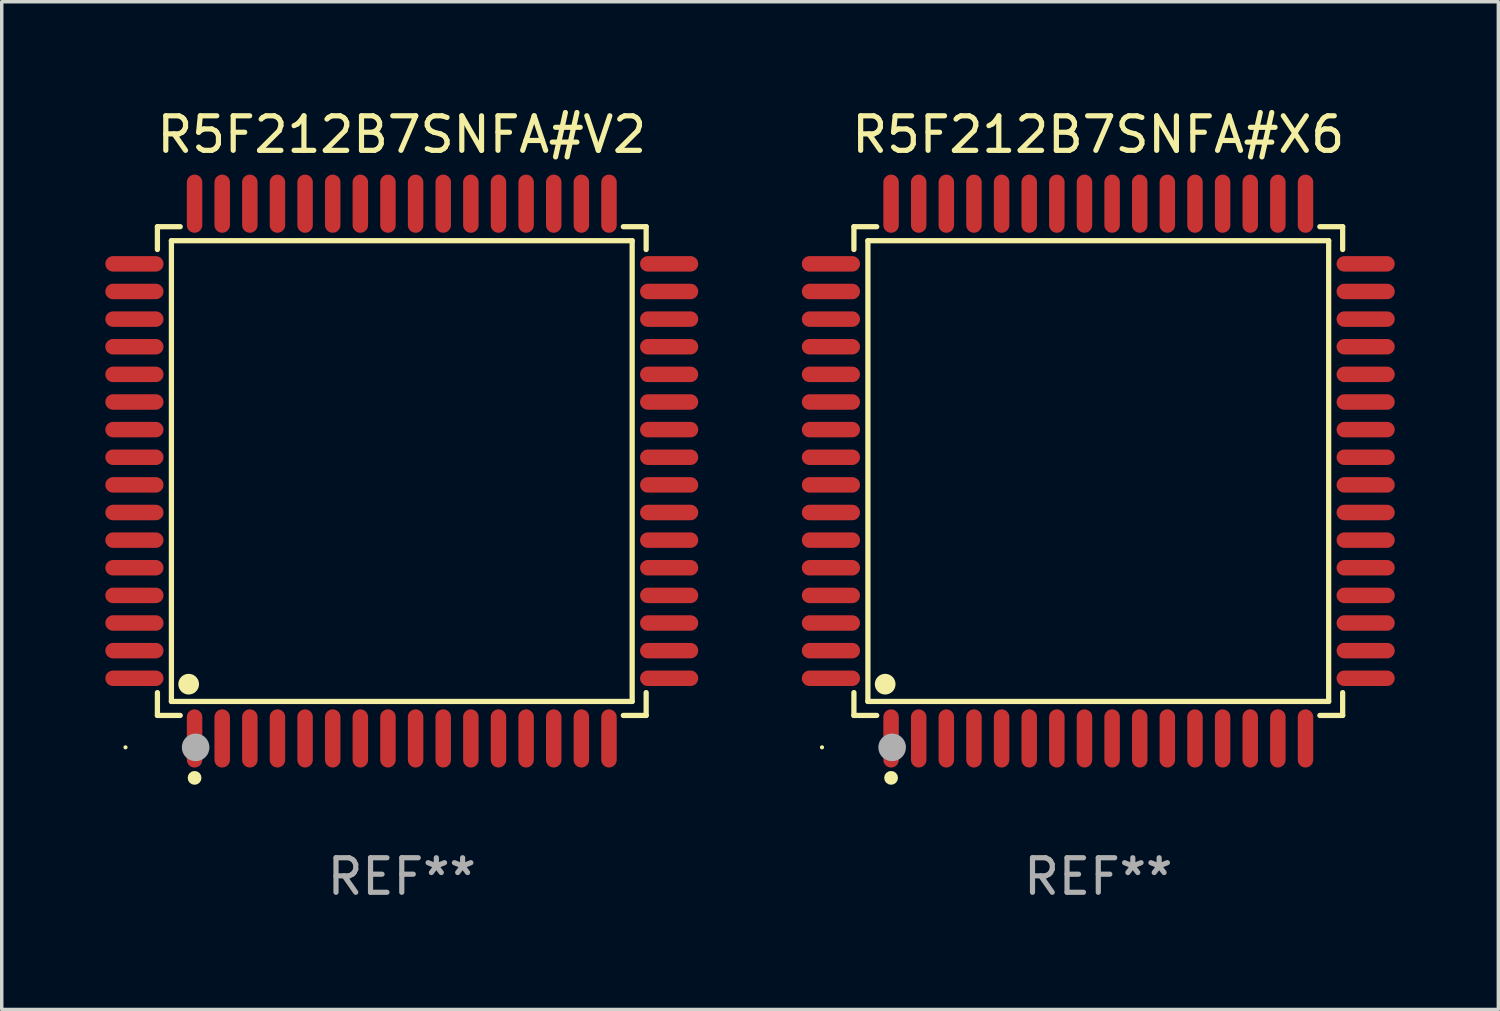
<source format=kicad_pcb>
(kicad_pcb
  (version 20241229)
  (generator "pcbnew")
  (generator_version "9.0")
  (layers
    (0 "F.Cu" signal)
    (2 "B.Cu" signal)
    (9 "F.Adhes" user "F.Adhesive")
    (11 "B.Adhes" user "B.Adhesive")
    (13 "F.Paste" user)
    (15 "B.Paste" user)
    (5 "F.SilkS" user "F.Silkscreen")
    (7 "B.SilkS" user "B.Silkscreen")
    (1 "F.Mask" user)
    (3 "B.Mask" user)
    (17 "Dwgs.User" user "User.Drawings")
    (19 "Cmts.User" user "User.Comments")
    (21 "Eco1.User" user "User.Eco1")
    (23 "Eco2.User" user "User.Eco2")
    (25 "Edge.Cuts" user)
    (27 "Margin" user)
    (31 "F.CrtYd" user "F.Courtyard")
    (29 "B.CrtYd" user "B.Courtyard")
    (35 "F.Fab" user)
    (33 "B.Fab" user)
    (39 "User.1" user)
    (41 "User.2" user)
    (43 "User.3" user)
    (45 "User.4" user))
  (footprint "R5F212B7SNFA#X6"
    (layer "F.Cu")
    (at 28.752 10.59)
    (property "Reference" "R5F212B7SNFA#X6" (at 0 -9.742 0) (layer "F.SilkS") (effects (font (size 1 1) (thickness 0.15))))
    (attr through_hole)
    (fp_line (start -7.076 -7.076) (end -6.415 -7.076) (stroke (width 0.152) (type solid)) (layer "F.SilkS"))
    (fp_line (start -7.076 -6.415) (end -7.076 -7.076) (stroke (width 0.152) (type solid)) (layer "F.SilkS"))
    (fp_line (start -7.076 6.415) (end -7.076 7.076) (stroke (width 0.152) (type solid)) (layer "F.SilkS"))
    (fp_line (start -7.076 7.076) (end -6.415 7.076) (stroke (width 0.152) (type solid)) (layer "F.SilkS"))
    (fp_line (start -6.671 -6.671) (end 6.671 -6.671) (stroke (width 0.152) (type solid)) (layer "F.SilkS"))
    (fp_line (start -6.671 6.671) (end -6.671 -6.671) (stroke (width 0.152) (type solid)) (layer "F.SilkS"))
    (fp_line (start 6.671 -6.671) (end 6.671 6.671) (stroke (width 0.152) (type solid)) (layer "F.SilkS"))
    (fp_line (start 6.671 6.671) (end -6.671 6.671) (stroke (width 0.152) (type solid)) (layer "F.SilkS"))
    (fp_line (start 7.076 -7.076) (end 6.415 -7.076) (stroke (width 0.152) (type solid)) (layer "F.SilkS"))
    (fp_line (start 7.076 -6.415) (end 7.076 -7.076) (stroke (width 0.152) (type solid)) (layer "F.SilkS"))
    (fp_line (start 7.076 6.415) (end 7.076 7.076) (stroke (width 0.152) (type solid)) (layer "F.SilkS"))
    (fp_line (start 7.076 7.076) (end 6.415 7.076) (stroke (width 0.152) (type solid)) (layer "F.SilkS"))
    (fp_circle (center -8 8) (end -7.97 8) (stroke (width 0.06) (type solid)) (fill no) (layer "F.SilkS"))
    (fp_circle (center -6.171 6.171) (end -6.021 6.171) (stroke (width 0.3) (type solid)) (fill no) (layer "F.SilkS"))
    (fp_circle (center -6 8.884) (end -5.9 8.884) (stroke (width 0.2) (type solid)) (fill no) (layer "F.SilkS"))
    (fp_circle (center -5.969 8.001) (end -5.769 8.001) (stroke (width 0.4) (type solid)) (fill no) (layer "F.Fab"))
    (fp_text user "REF**" (at 0 11.742 0) (layer "F.Fab") (effects (font (size 1 1) (thickness 0.15))))
    (pad "1" smd oval (at -6 7.742) (size 0.448 1.684) (layers "F.Cu" "F.Mask" "F.Paste"))
    (pad "2" smd oval (at -5.2 7.742) (size 0.448 1.684) (layers "F.Cu" "F.Mask" "F.Paste"))
    (pad "3" smd oval (at -4.4 7.742) (size 0.448 1.684) (layers "F.Cu" "F.Mask" "F.Paste"))
    (pad "4" smd oval (at -3.6 7.742) (size 0.448 1.684) (layers "F.Cu" "F.Mask" "F.Paste"))
    (pad "5" smd oval (at -2.8 7.742) (size 0.448 1.684) (layers "F.Cu" "F.Mask" "F.Paste"))
    (pad "6" smd oval (at -2 7.742) (size 0.448 1.684) (layers "F.Cu" "F.Mask" "F.Paste"))
    (pad "7" smd oval (at -1.2 7.742) (size 0.448 1.684) (layers "F.Cu" "F.Mask" "F.Paste"))
    (pad "8" smd oval (at -0.4 7.742) (size 0.448 1.684) (layers "F.Cu" "F.Mask" "F.Paste"))
    (pad "9" smd oval (at 0.4 7.742) (size 0.448 1.684) (layers "F.Cu" "F.Mask" "F.Paste"))
    (pad "10" smd oval (at 1.2 7.742) (size 0.448 1.684) (layers "F.Cu" "F.Mask" "F.Paste"))
    (pad "11" smd oval (at 2 7.742) (size 0.448 1.684) (layers "F.Cu" "F.Mask" "F.Paste"))
    (pad "12" smd oval (at 2.8 7.742) (size 0.448 1.684) (layers "F.Cu" "F.Mask" "F.Paste"))
    (pad "13" smd oval (at 3.6 7.742) (size 0.448 1.684) (layers "F.Cu" "F.Mask" "F.Paste"))
    (pad "14" smd oval (at 4.4 7.742) (size 0.448 1.684) (layers "F.Cu" "F.Mask" "F.Paste"))
    (pad "15" smd oval (at 5.2 7.742) (size 0.448 1.684) (layers "F.Cu" "F.Mask" "F.Paste"))
    (pad "16" smd oval (at 6 7.742) (size 0.448 1.684) (layers "F.Cu" "F.Mask" "F.Paste"))
    (pad "17" smd oval (at 7.742 6) (size 1.684 0.448) (layers "F.Cu" "F.Mask" "F.Paste"))
    (pad "18" smd oval (at 7.742 5.2) (size 1.684 0.448) (layers "F.Cu" "F.Mask" "F.Paste"))
    (pad "19" smd oval (at 7.742 4.4) (size 1.684 0.448) (layers "F.Cu" "F.Mask" "F.Paste"))
    (pad "20" smd oval (at 7.742 3.6) (size 1.684 0.448) (layers "F.Cu" "F.Mask" "F.Paste"))
    (pad "21" smd oval (at 7.742 2.8) (size 1.684 0.448) (layers "F.Cu" "F.Mask" "F.Paste"))
    (pad "22" smd oval (at 7.742 2) (size 1.684 0.448) (layers "F.Cu" "F.Mask" "F.Paste"))
    (pad "23" smd oval (at 7.742 1.2) (size 1.684 0.448) (layers "F.Cu" "F.Mask" "F.Paste"))
    (pad "24" smd oval (at 7.742 0.4) (size 1.684 0.448) (layers "F.Cu" "F.Mask" "F.Paste"))
    (pad "25" smd oval (at 7.742 -0.4) (size 1.684 0.448) (layers "F.Cu" "F.Mask" "F.Paste"))
    (pad "26" smd oval (at 7.742 -1.2) (size 1.684 0.448) (layers "F.Cu" "F.Mask" "F.Paste"))
    (pad "27" smd oval (at 7.742 -2) (size 1.684 0.448) (layers "F.Cu" "F.Mask" "F.Paste"))
    (pad "28" smd oval (at 7.742 -2.8) (size 1.684 0.448) (layers "F.Cu" "F.Mask" "F.Paste"))
    (pad "29" smd oval (at 7.742 -3.6) (size 1.684 0.448) (layers "F.Cu" "F.Mask" "F.Paste"))
    (pad "30" smd oval (at 7.742 -4.4) (size 1.684 0.448) (layers "F.Cu" "F.Mask" "F.Paste"))
    (pad "31" smd oval (at 7.742 -5.2) (size 1.684 0.448) (layers "F.Cu" "F.Mask" "F.Paste"))
    (pad "32" smd oval (at 7.742 -6) (size 1.684 0.448) (layers "F.Cu" "F.Mask" "F.Paste"))
    (pad "33" smd oval (at 6 -7.742) (size 0.448 1.684) (layers "F.Cu" "F.Mask" "F.Paste"))
    (pad "34" smd oval (at 5.2 -7.742) (size 0.448 1.684) (layers "F.Cu" "F.Mask" "F.Paste"))
    (pad "35" smd oval (at 4.4 -7.742) (size 0.448 1.684) (layers "F.Cu" "F.Mask" "F.Paste"))
    (pad "36" smd oval (at 3.6 -7.742) (size 0.448 1.684) (layers "F.Cu" "F.Mask" "F.Paste"))
    (pad "37" smd oval (at 2.8 -7.742) (size 0.448 1.684) (layers "F.Cu" "F.Mask" "F.Paste"))
    (pad "38" smd oval (at 2 -7.742) (size 0.448 1.684) (layers "F.Cu" "F.Mask" "F.Paste"))
    (pad "39" smd oval (at 1.2 -7.742) (size 0.448 1.684) (layers "F.Cu" "F.Mask" "F.Paste"))
    (pad "40" smd oval (at 0.4 -7.742) (size 0.448 1.684) (layers "F.Cu" "F.Mask" "F.Paste"))
    (pad "41" smd oval (at -0.4 -7.742) (size 0.448 1.684) (layers "F.Cu" "F.Mask" "F.Paste"))
    (pad "42" smd oval (at -1.2 -7.742) (size 0.448 1.684) (layers "F.Cu" "F.Mask" "F.Paste"))
    (pad "43" smd oval (at -2 -7.742) (size 0.448 1.684) (layers "F.Cu" "F.Mask" "F.Paste"))
    (pad "44" smd oval (at -2.8 -7.742) (size 0.448 1.684) (layers "F.Cu" "F.Mask" "F.Paste"))
    (pad "45" smd oval (at -3.6 -7.742) (size 0.448 1.684) (layers "F.Cu" "F.Mask" "F.Paste"))
    (pad "46" smd oval (at -4.4 -7.742) (size 0.448 1.684) (layers "F.Cu" "F.Mask" "F.Paste"))
    (pad "47" smd oval (at -5.2 -7.742) (size 0.448 1.684) (layers "F.Cu" "F.Mask" "F.Paste"))
    (pad "48" smd oval (at -6 -7.742) (size 0.448 1.684) (layers "F.Cu" "F.Mask" "F.Paste"))
    (pad "49" smd oval (at -7.742 -6) (size 1.684 0.448) (layers "F.Cu" "F.Mask" "F.Paste"))
    (pad "50" smd oval (at -7.742 -5.2) (size 1.684 0.448) (layers "F.Cu" "F.Mask" "F.Paste"))
    (pad "51" smd oval (at -7.742 -4.4) (size 1.684 0.448) (layers "F.Cu" "F.Mask" "F.Paste"))
    (pad "52" smd oval (at -7.742 -3.6) (size 1.684 0.448) (layers "F.Cu" "F.Mask" "F.Paste"))
    (pad "53" smd oval (at -7.742 -2.8) (size 1.684 0.448) (layers "F.Cu" "F.Mask" "F.Paste"))
    (pad "54" smd oval (at -7.742 -2) (size 1.684 0.448) (layers "F.Cu" "F.Mask" "F.Paste"))
    (pad "55" smd oval (at -7.742 -1.2) (size 1.684 0.448) (layers "F.Cu" "F.Mask" "F.Paste"))
    (pad "56" smd oval (at -7.742 -0.4) (size 1.684 0.448) (layers "F.Cu" "F.Mask" "F.Paste"))
    (pad "57" smd oval (at -7.742 0.4) (size 1.684 0.448) (layers "F.Cu" "F.Mask" "F.Paste"))
    (pad "58" smd oval (at -7.742 1.2) (size 1.684 0.448) (layers "F.Cu" "F.Mask" "F.Paste"))
    (pad "59" smd oval (at -7.742 2) (size 1.684 0.448) (layers "F.Cu" "F.Mask" "F.Paste"))
    (pad "60" smd oval (at -7.742 2.8) (size 1.684 0.448) (layers "F.Cu" "F.Mask" "F.Paste"))
    (pad "61" smd oval (at -7.742 3.6) (size 1.684 0.448) (layers "F.Cu" "F.Mask" "F.Paste"))
    (pad "62" smd oval (at -7.742 4.4) (size 1.684 0.448) (layers "F.Cu" "F.Mask" "F.Paste"))
    (pad "63" smd oval (at -7.742 5.2) (size 1.684 0.448) (layers "F.Cu" "F.Mask" "F.Paste"))
    (pad "64" smd oval (at -7.742 6) (size 1.684 0.448) (layers "F.Cu" "F.Mask" "F.Paste")))
  (footprint "R5F212B7SNFA#V2"
    (layer "F.Cu")
    (at 8.584 10.59)
    (property "Reference" "R5F212B7SNFA#V2" (at 0 -9.742 0) (layer "F.SilkS") (effects (font (size 1 1) (thickness 0.15))))
    (attr through_hole)
    (fp_line (start -7.076 -7.076) (end -6.415 -7.076) (stroke (width 0.152) (type solid)) (layer "F.SilkS"))
    (fp_line (start -7.076 -6.415) (end -7.076 -7.076) (stroke (width 0.152) (type solid)) (layer "F.SilkS"))
    (fp_line (start -7.076 6.415) (end -7.076 7.076) (stroke (width 0.152) (type solid)) (layer "F.SilkS"))
    (fp_line (start -7.076 7.076) (end -6.415 7.076) (stroke (width 0.152) (type solid)) (layer "F.SilkS"))
    (fp_line (start -6.671 -6.671) (end 6.671 -6.671) (stroke (width 0.152) (type solid)) (layer "F.SilkS"))
    (fp_line (start -6.671 6.671) (end -6.671 -6.671) (stroke (width 0.152) (type solid)) (layer "F.SilkS"))
    (fp_line (start 6.671 -6.671) (end 6.671 6.671) (stroke (width 0.152) (type solid)) (layer "F.SilkS"))
    (fp_line (start 6.671 6.671) (end -6.671 6.671) (stroke (width 0.152) (type solid)) (layer "F.SilkS"))
    (fp_line (start 7.076 -7.076) (end 6.415 -7.076) (stroke (width 0.152) (type solid)) (layer "F.SilkS"))
    (fp_line (start 7.076 -6.415) (end 7.076 -7.076) (stroke (width 0.152) (type solid)) (layer "F.SilkS"))
    (fp_line (start 7.076 6.415) (end 7.076 7.076) (stroke (width 0.152) (type solid)) (layer "F.SilkS"))
    (fp_line (start 7.076 7.076) (end 6.415 7.076) (stroke (width 0.152) (type solid)) (layer "F.SilkS"))
    (fp_circle (center -8 8) (end -7.97 8) (stroke (width 0.06) (type solid)) (fill no) (layer "F.SilkS"))
    (fp_circle (center -6.171 6.171) (end -6.021 6.171) (stroke (width 0.3) (type solid)) (fill no) (layer "F.SilkS"))
    (fp_circle (center -6 8.884) (end -5.9 8.884) (stroke (width 0.2) (type solid)) (fill no) (layer "F.SilkS"))
    (fp_circle (center -5.969 8.001) (end -5.769 8.001) (stroke (width 0.4) (type solid)) (fill no) (layer "F.Fab"))
    (fp_text user "REF**" (at 0 11.742 0) (layer "F.Fab") (effects (font (size 1 1) (thickness 0.15))))
    (pad "1" smd oval (at -6 7.742) (size 0.448 1.684) (layers "F.Cu" "F.Mask" "F.Paste"))
    (pad "2" smd oval (at -5.2 7.742) (size 0.448 1.684) (layers "F.Cu" "F.Mask" "F.Paste"))
    (pad "3" smd oval (at -4.4 7.742) (size 0.448 1.684) (layers "F.Cu" "F.Mask" "F.Paste"))
    (pad "4" smd oval (at -3.6 7.742) (size 0.448 1.684) (layers "F.Cu" "F.Mask" "F.Paste"))
    (pad "5" smd oval (at -2.8 7.742) (size 0.448 1.684) (layers "F.Cu" "F.Mask" "F.Paste"))
    (pad "6" smd oval (at -2 7.742) (size 0.448 1.684) (layers "F.Cu" "F.Mask" "F.Paste"))
    (pad "7" smd oval (at -1.2 7.742) (size 0.448 1.684) (layers "F.Cu" "F.Mask" "F.Paste"))
    (pad "8" smd oval (at -0.4 7.742) (size 0.448 1.684) (layers "F.Cu" "F.Mask" "F.Paste"))
    (pad "9" smd oval (at 0.4 7.742) (size 0.448 1.684) (layers "F.Cu" "F.Mask" "F.Paste"))
    (pad "10" smd oval (at 1.2 7.742) (size 0.448 1.684) (layers "F.Cu" "F.Mask" "F.Paste"))
    (pad "11" smd oval (at 2 7.742) (size 0.448 1.684) (layers "F.Cu" "F.Mask" "F.Paste"))
    (pad "12" smd oval (at 2.8 7.742) (size 0.448 1.684) (layers "F.Cu" "F.Mask" "F.Paste"))
    (pad "13" smd oval (at 3.6 7.742) (size 0.448 1.684) (layers "F.Cu" "F.Mask" "F.Paste"))
    (pad "14" smd oval (at 4.4 7.742) (size 0.448 1.684) (layers "F.Cu" "F.Mask" "F.Paste"))
    (pad "15" smd oval (at 5.2 7.742) (size 0.448 1.684) (layers "F.Cu" "F.Mask" "F.Paste"))
    (pad "16" smd oval (at 6 7.742) (size 0.448 1.684) (layers "F.Cu" "F.Mask" "F.Paste"))
    (pad "17" smd oval (at 7.742 6) (size 1.684 0.448) (layers "F.Cu" "F.Mask" "F.Paste"))
    (pad "18" smd oval (at 7.742 5.2) (size 1.684 0.448) (layers "F.Cu" "F.Mask" "F.Paste"))
    (pad "19" smd oval (at 7.742 4.4) (size 1.684 0.448) (layers "F.Cu" "F.Mask" "F.Paste"))
    (pad "20" smd oval (at 7.742 3.6) (size 1.684 0.448) (layers "F.Cu" "F.Mask" "F.Paste"))
    (pad "21" smd oval (at 7.742 2.8) (size 1.684 0.448) (layers "F.Cu" "F.Mask" "F.Paste"))
    (pad "22" smd oval (at 7.742 2) (size 1.684 0.448) (layers "F.Cu" "F.Mask" "F.Paste"))
    (pad "23" smd oval (at 7.742 1.2) (size 1.684 0.448) (layers "F.Cu" "F.Mask" "F.Paste"))
    (pad "24" smd oval (at 7.742 0.4) (size 1.684 0.448) (layers "F.Cu" "F.Mask" "F.Paste"))
    (pad "25" smd oval (at 7.742 -0.4) (size 1.684 0.448) (layers "F.Cu" "F.Mask" "F.Paste"))
    (pad "26" smd oval (at 7.742 -1.2) (size 1.684 0.448) (layers "F.Cu" "F.Mask" "F.Paste"))
    (pad "27" smd oval (at 7.742 -2) (size 1.684 0.448) (layers "F.Cu" "F.Mask" "F.Paste"))
    (pad "28" smd oval (at 7.742 -2.8) (size 1.684 0.448) (layers "F.Cu" "F.Mask" "F.Paste"))
    (pad "29" smd oval (at 7.742 -3.6) (size 1.684 0.448) (layers "F.Cu" "F.Mask" "F.Paste"))
    (pad "30" smd oval (at 7.742 -4.4) (size 1.684 0.448) (layers "F.Cu" "F.Mask" "F.Paste"))
    (pad "31" smd oval (at 7.742 -5.2) (size 1.684 0.448) (layers "F.Cu" "F.Mask" "F.Paste"))
    (pad "32" smd oval (at 7.742 -6) (size 1.684 0.448) (layers "F.Cu" "F.Mask" "F.Paste"))
    (pad "33" smd oval (at 6 -7.742) (size 0.448 1.684) (layers "F.Cu" "F.Mask" "F.Paste"))
    (pad "34" smd oval (at 5.2 -7.742) (size 0.448 1.684) (layers "F.Cu" "F.Mask" "F.Paste"))
    (pad "35" smd oval (at 4.4 -7.742) (size 0.448 1.684) (layers "F.Cu" "F.Mask" "F.Paste"))
    (pad "36" smd oval (at 3.6 -7.742) (size 0.448 1.684) (layers "F.Cu" "F.Mask" "F.Paste"))
    (pad "37" smd oval (at 2.8 -7.742) (size 0.448 1.684) (layers "F.Cu" "F.Mask" "F.Paste"))
    (pad "38" smd oval (at 2 -7.742) (size 0.448 1.684) (layers "F.Cu" "F.Mask" "F.Paste"))
    (pad "39" smd oval (at 1.2 -7.742) (size 0.448 1.684) (layers "F.Cu" "F.Mask" "F.Paste"))
    (pad "40" smd oval (at 0.4 -7.742) (size 0.448 1.684) (layers "F.Cu" "F.Mask" "F.Paste"))
    (pad "41" smd oval (at -0.4 -7.742) (size 0.448 1.684) (layers "F.Cu" "F.Mask" "F.Paste"))
    (pad "42" smd oval (at -1.2 -7.742) (size 0.448 1.684) (layers "F.Cu" "F.Mask" "F.Paste"))
    (pad "43" smd oval (at -2 -7.742) (size 0.448 1.684) (layers "F.Cu" "F.Mask" "F.Paste"))
    (pad "44" smd oval (at -2.8 -7.742) (size 0.448 1.684) (layers "F.Cu" "F.Mask" "F.Paste"))
    (pad "45" smd oval (at -3.6 -7.742) (size 0.448 1.684) (layers "F.Cu" "F.Mask" "F.Paste"))
    (pad "46" smd oval (at -4.4 -7.742) (size 0.448 1.684) (layers "F.Cu" "F.Mask" "F.Paste"))
    (pad "47" smd oval (at -5.2 -7.742) (size 0.448 1.684) (layers "F.Cu" "F.Mask" "F.Paste"))
    (pad "48" smd oval (at -6 -7.742) (size 0.448 1.684) (layers "F.Cu" "F.Mask" "F.Paste"))
    (pad "49" smd oval (at -7.742 -6) (size 1.684 0.448) (layers "F.Cu" "F.Mask" "F.Paste"))
    (pad "50" smd oval (at -7.742 -5.2) (size 1.684 0.448) (layers "F.Cu" "F.Mask" "F.Paste"))
    (pad "51" smd oval (at -7.742 -4.4) (size 1.684 0.448) (layers "F.Cu" "F.Mask" "F.Paste"))
    (pad "52" smd oval (at -7.742 -3.6) (size 1.684 0.448) (layers "F.Cu" "F.Mask" "F.Paste"))
    (pad "53" smd oval (at -7.742 -2.8) (size 1.684 0.448) (layers "F.Cu" "F.Mask" "F.Paste"))
    (pad "54" smd oval (at -7.742 -2) (size 1.684 0.448) (layers "F.Cu" "F.Mask" "F.Paste"))
    (pad "55" smd oval (at -7.742 -1.2) (size 1.684 0.448) (layers "F.Cu" "F.Mask" "F.Paste"))
    (pad "56" smd oval (at -7.742 -0.4) (size 1.684 0.448) (layers "F.Cu" "F.Mask" "F.Paste"))
    (pad "57" smd oval (at -7.742 0.4) (size 1.684 0.448) (layers "F.Cu" "F.Mask" "F.Paste"))
    (pad "58" smd oval (at -7.742 1.2) (size 1.684 0.448) (layers "F.Cu" "F.Mask" "F.Paste"))
    (pad "59" smd oval (at -7.742 2) (size 1.684 0.448) (layers "F.Cu" "F.Mask" "F.Paste"))
    (pad "60" smd oval (at -7.742 2.8) (size 1.684 0.448) (layers "F.Cu" "F.Mask" "F.Paste"))
    (pad "61" smd oval (at -7.742 3.6) (size 1.684 0.448) (layers "F.Cu" "F.Mask" "F.Paste"))
    (pad "62" smd oval (at -7.742 4.4) (size 1.684 0.448) (layers "F.Cu" "F.Mask" "F.Paste"))
    (pad "63" smd oval (at -7.742 5.2) (size 1.684 0.448) (layers "F.Cu" "F.Mask" "F.Paste"))
    (pad "64" smd oval (at -7.742 6) (size 1.684 0.448) (layers "F.Cu" "F.Mask" "F.Paste")))
  (gr_rect
    (start -3 -3)
    (end 40.336 26.18)
    (stroke (width 0.1) (type default))
    (fill no)
    (layer "Edge.Cuts")))
</source>
